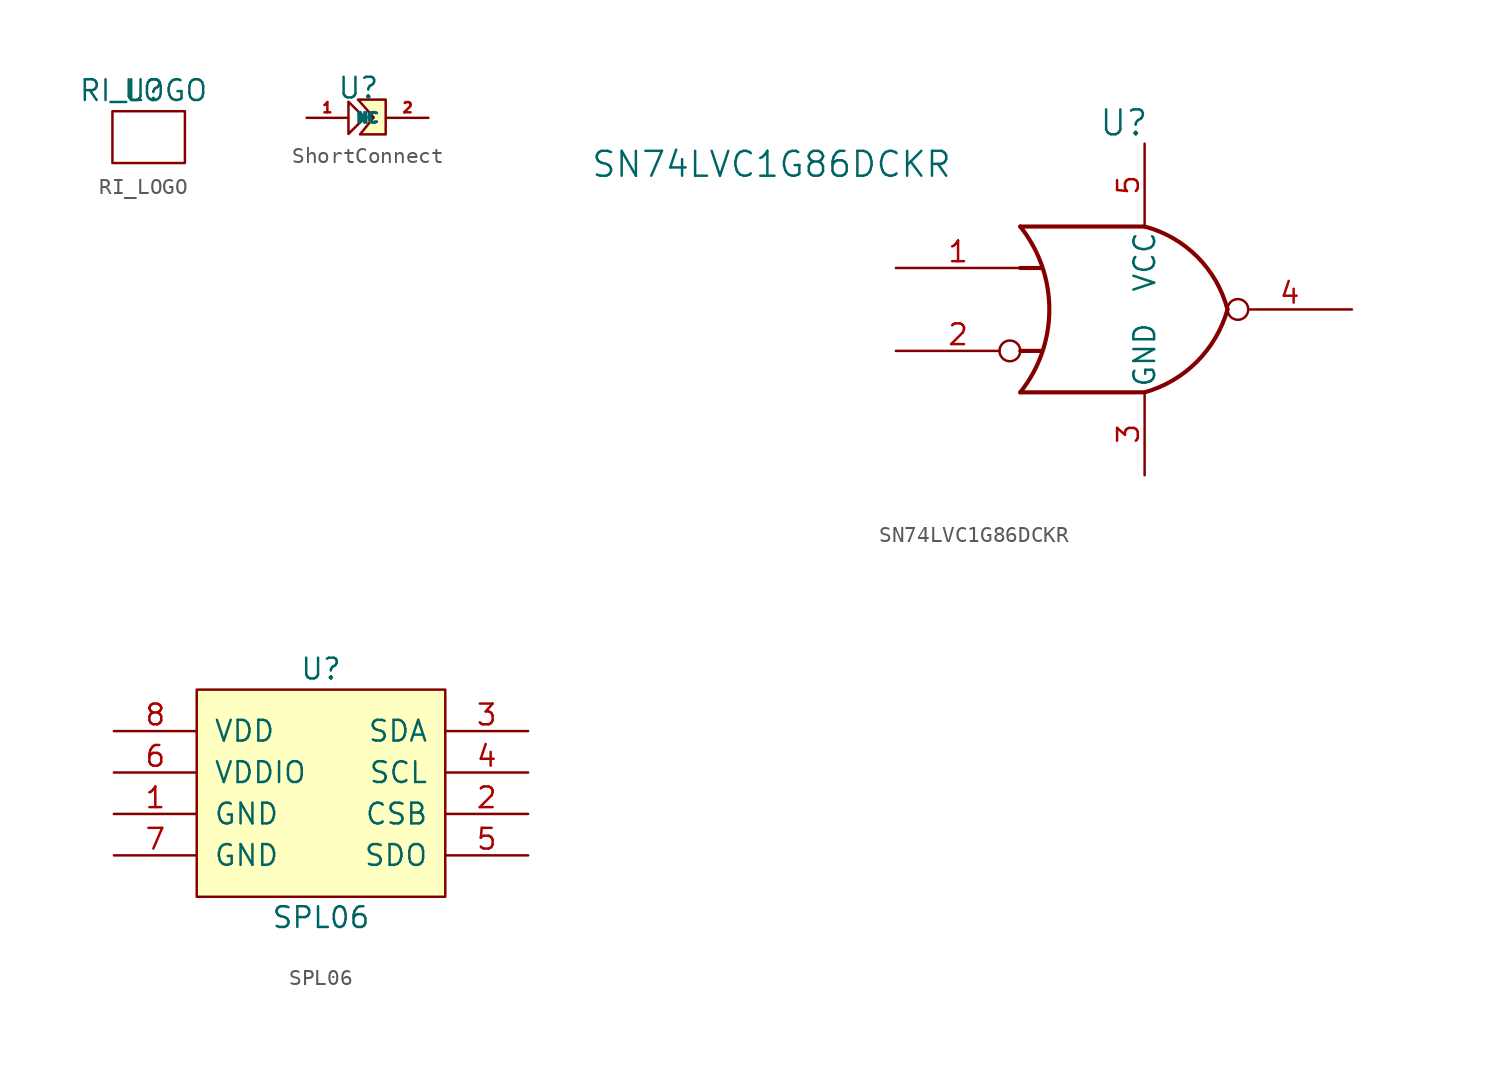
<source format=kicad_sym>
(kicad_symbol_lib
  (version 20220914)
  (generator kicad_symbol_editor)
  (symbol "RI_LOGO"
    (property "Reference" "U"
      (at 0 0 0)
      (effects (font (size 1.27 1.27))))
    (property "Value" "RI_LOGO"
      (at 0 0 0)
      (effects (font (size 1.27 1.27))))
    (symbol "RI_LOGO_0_1"
      (rectangle (start -1.905 -1.27) (end 2.54 -4.445) (stroke (width 0) (type default)) (fill (type none)))))
  (symbol "ShortConnect"
    (property "Reference" "U"
      (at 0 1.829 0)
      (effects (font (size 1.27 1.27))))
    (property "Value" ""
      (at 0 0 0)
      (effects (font (size 1.27 1.27))))
    (symbol "ShortConnect_0_1"
      (polyline (pts (xy -0.61 0.991) (xy 0.381 0) (xy -0.61 -0.991) (xy -0.61 0.991)) (stroke (width 0) (type default)) (fill (type none)))
      (polyline (pts (xy -0.025 1.118) (xy 0.94 0.025) (xy 0.102 -1.016) (xy 1.676 -1.016) (xy 1.676 1.118) (xy 0 1.118)) (stroke (width 0) (type default)) (fill (type background))))
    (symbol "ShortConnect_1_1"
      (pin bidirectional line (at -3.175 0 0) (length 2.54) (name "NC" (effects (font (size 0.627 0.627)))) (number "1" (effects (font (size 0.627 0.627)))))
      (pin bidirectional line (at 4.293 0 180) (length 2.54) (name "NC" (effects (font (size 0.627 0.627)))) (number "2" (effects (font (size 0.627 0.627)))))))
  (symbol "SN74LVC1G86DCKR"
    (pin_names
      (offset 0.254))
    (property "Reference" "U"
      (at 25.4 10.16 0)
      (effects (font (size 1.524 1.524))))
    (property "Value" "SN74LVC1G86DCKR"
      (at 3.81 7.62 0)
      (effects (font (size 1.524 1.524))))
    (property "ki_locked" ""
      (at 0 0 0)
      (effects (font (size 1.27 1.27))))
    (symbol "SN74LVC1G86DCKR_0_1"
      (polyline (pts (xy 19.05 -3.81) (xy 20.32 -3.81)) (stroke (width 0.254) (type default)) (fill (type background)))
      (polyline (pts (xy 19.05 1.27) (xy 20.32 1.27)) (stroke (width 0.254) (type default)) (fill (type background)))
      (polyline (pts (xy 26.67 -6.35) (xy 19.05 -6.35)) (stroke (width 0.254) (type default)) (fill (type background)))
      (polyline (pts (xy 26.67 3.81) (xy 19.05 3.81)) (stroke (width 0.254) (type default)) (fill (type background)))
      (arc (start 19.05 -6.35) (mid 20.832 -1.27) (end 19.05 3.81) (stroke (width 0.254) (type default)) (fill (type none)))
      (arc (start 26.67 -6.35) (mid 29.872 -4.472) (end 31.75 -1.27) (stroke (width 0.254) (type default)) (fill (type none)))
      (arc (start 31.75 -1.27) (mid 29.8971 1.9571) (end 26.67 3.81) (stroke (width 0.254) (type default)) (fill (type none))))
    (symbol "SN74LVC1G86DCKR_1_1"
      (pin input line (at 11.43 1.27 0) (length 7.62) (name "~" (effects (font (size 1.27 1.27)))) (number "1" (effects (font (size 1.27 1.27)))))
      (pin input inverted (at 11.43 -3.81 0) (length 7.62) (name "~" (effects (font (size 1.27 1.27)))) (number "2" (effects (font (size 1.27 1.27)))))
      (pin power_in line (at 26.67 -11.43 90) (length 5.08) (name "GND" (effects (font (size 1.27 1.27)))) (number "3" (effects (font (size 1.27 1.27)))))
      (pin output inverted (at 39.37 -1.27 180) (length 7.62) (name "~" (effects (font (size 1.27 1.27)))) (number "4" (effects (font (size 1.27 1.27)))))
      (pin power_in line (at 26.67 8.89 270) (length 5.08) (name "VCC" (effects (font (size 1.27 1.27)))) (number "5" (effects (font (size 1.27 1.27)))))))
  (symbol "SPL06"
    (pin_names
      (offset 1.016))
    (property "Reference" "U"
      (at 0 7.62 0)
      (effects (font (size 1.27 1.27))))
    (property "Value" "SPL06"
      (at 0 -7.62 0)
      (effects (font (size 1.27 1.27))))
    (symbol "SPL06_0_1"
      (rectangle (start -7.62 6.35) (end 7.62 -6.35) (stroke (width 0) (type solid)) (fill (type background))))
    (symbol "SPL06_1_1"
      (pin power_in line (at -12.7 -1.27 0) (length 5.08) (name "GND" (effects (font (size 1.27 1.27)))) (number "1" (effects (font (size 1.27 1.27)))))
      (pin bidirectional line (at 12.7 -1.27 180) (length 5.08) (name "CSB" (effects (font (size 1.27 1.27)))) (number "2" (effects (font (size 1.27 1.27)))))
      (pin bidirectional line (at 12.7 3.81 180) (length 5.08) (name "SDA" (effects (font (size 1.27 1.27)))) (number "3" (effects (font (size 1.27 1.27)))))
      (pin bidirectional line (at 12.7 1.27 180) (length 5.08) (name "SCL" (effects (font (size 1.27 1.27)))) (number "4" (effects (font (size 1.27 1.27)))))
      (pin bidirectional line (at 12.7 -3.81 180) (length 5.08) (name "SDO" (effects (font (size 1.27 1.27)))) (number "5" (effects (font (size 1.27 1.27)))))
      (pin power_in line (at -12.7 1.27 0) (length 5.08) (name "VDDIO" (effects (font (size 1.27 1.27)))) (number "6" (effects (font (size 1.27 1.27)))))
      (pin power_in line (at -12.7 -3.81 0) (length 5.08) (name "GND" (effects (font (size 1.27 1.27)))) (number "7" (effects (font (size 1.27 1.27)))))
      (pin power_in line (at -12.7 3.81 0) (length 5.08) (name "VDD" (effects (font (size 1.27 1.27)))) (number "8" (effects (font (size 1.27 1.27))))))))
</source>
